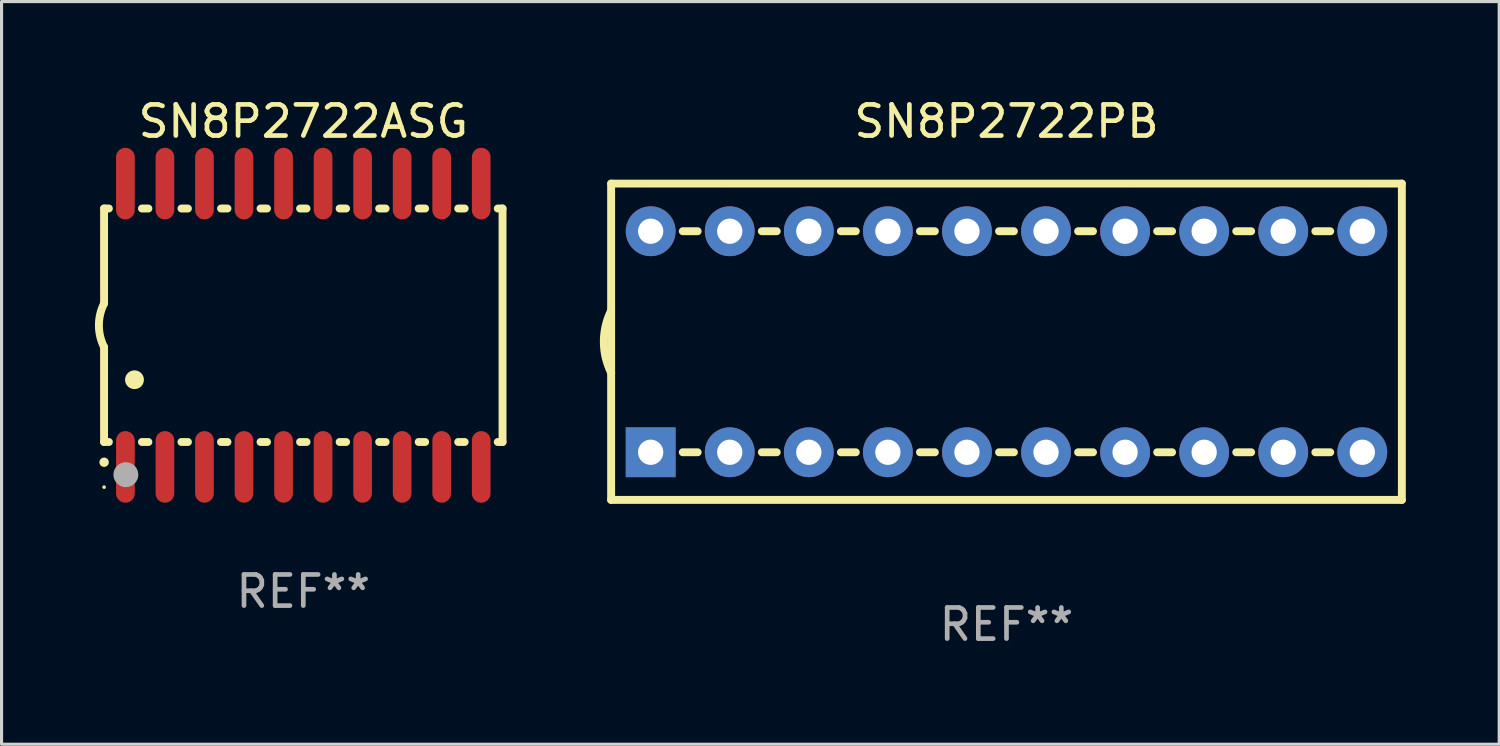
<source format=kicad_pcb>
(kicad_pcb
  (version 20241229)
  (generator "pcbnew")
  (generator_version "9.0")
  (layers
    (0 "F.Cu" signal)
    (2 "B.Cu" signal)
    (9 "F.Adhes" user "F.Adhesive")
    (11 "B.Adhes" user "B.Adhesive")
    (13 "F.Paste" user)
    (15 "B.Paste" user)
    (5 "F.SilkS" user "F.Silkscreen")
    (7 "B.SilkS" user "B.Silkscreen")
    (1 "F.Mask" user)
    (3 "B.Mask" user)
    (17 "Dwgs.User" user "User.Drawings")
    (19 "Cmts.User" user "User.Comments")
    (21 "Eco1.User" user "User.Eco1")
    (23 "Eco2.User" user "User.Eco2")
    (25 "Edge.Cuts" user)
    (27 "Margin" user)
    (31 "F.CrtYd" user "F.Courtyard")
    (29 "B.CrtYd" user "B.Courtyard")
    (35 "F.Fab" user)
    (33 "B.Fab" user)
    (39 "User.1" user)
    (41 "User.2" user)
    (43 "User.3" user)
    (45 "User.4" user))
  (footprint "SN8P2722PB"
    (layer "F.Cu")
    (at 29.281 7.928)
    (property "Reference" "SN8P2722PB" (at 0 -7.08 0) (layer "F.SilkS") (effects (font (size 1 1) (thickness 0.15))))
    (attr through_hole)
    (fp_line (start -12.7 -5.08) (end -12.7 5.08) (stroke (width 0.254) (type solid)) (layer "F.SilkS"))
    (fp_line (start -12.7 5.08) (end 12.7 5.08) (stroke (width 0.254) (type solid)) (layer "F.SilkS"))
    (fp_line (start -10.399 -3.55) (end -9.921 -3.55) (stroke (width 0.254) (type solid)) (layer "F.SilkS"))
    (fp_line (start -10.399 3.55) (end -9.921 3.55) (stroke (width 0.254) (type solid)) (layer "F.SilkS"))
    (fp_line (start -7.859 -3.55) (end -7.381 -3.55) (stroke (width 0.254) (type solid)) (layer "F.SilkS"))
    (fp_line (start -7.859 3.55) (end -7.381 3.55) (stroke (width 0.254) (type solid)) (layer "F.SilkS"))
    (fp_line (start -5.319 -3.55) (end -4.841 -3.55) (stroke (width 0.254) (type solid)) (layer "F.SilkS"))
    (fp_line (start -5.319 3.55) (end -4.841 3.55) (stroke (width 0.254) (type solid)) (layer "F.SilkS"))
    (fp_line (start -2.779 -3.55) (end -2.301 -3.55) (stroke (width 0.254) (type solid)) (layer "F.SilkS"))
    (fp_line (start -2.779 3.55) (end -2.301 3.55) (stroke (width 0.254) (type solid)) (layer "F.SilkS"))
    (fp_line (start -0.239 -3.55) (end 0.239 -3.55) (stroke (width 0.254) (type solid)) (layer "F.SilkS"))
    (fp_line (start -0.239 3.55) (end 0.239 3.55) (stroke (width 0.254) (type solid)) (layer "F.SilkS"))
    (fp_line (start 2.301 -3.55) (end 2.779 -3.55) (stroke (width 0.254) (type solid)) (layer "F.SilkS"))
    (fp_line (start 2.301 3.55) (end 2.779 3.55) (stroke (width 0.254) (type solid)) (layer "F.SilkS"))
    (fp_line (start 4.841 -3.55) (end 5.319 -3.55) (stroke (width 0.254) (type solid)) (layer "F.SilkS"))
    (fp_line (start 4.841 3.55) (end 5.319 3.55) (stroke (width 0.254) (type solid)) (layer "F.SilkS"))
    (fp_line (start 7.381 -3.55) (end 7.859 -3.55) (stroke (width 0.254) (type solid)) (layer "F.SilkS"))
    (fp_line (start 7.381 3.55) (end 7.859 3.55) (stroke (width 0.254) (type solid)) (layer "F.SilkS"))
    (fp_line (start 9.921 -3.55) (end 10.399 -3.55) (stroke (width 0.254) (type solid)) (layer "F.SilkS"))
    (fp_line (start 9.921 3.55) (end 10.399 3.55) (stroke (width 0.254) (type solid)) (layer "F.SilkS"))
    (fp_line (start 12.7 -5.08) (end -12.7 -5.08) (stroke (width 0.254) (type solid)) (layer "F.SilkS"))
    (fp_line (start 12.7 5.08) (end 12.7 -5.08) (stroke (width 0.254) (type solid)) (layer "F.SilkS"))
    (fp_arc (start -12.697638 0.999974) (mid -12.934513 0.000281) (end -12.700025 -0.999975) (stroke (width 0.254001) (type solid)) (layer "F.SilkS"))
    (fp_circle (center -12.7 5.08) (end -12.67 5.08) (stroke (width 0.06) (type solid)) (fill no) (layer "F.SilkS"))
    (fp_text user "REF**" (at 0 9.08 0) (layer "F.Fab") (effects (font (size 1 1) (thickness 0.15))))
    (pad "1" thru_hole rect (at -11.43 3.55) (size 1.6 1.6) (drill 0.813) (layers "*.Cu" "*.Mask"))
    (pad "2" thru_hole circle (at -8.89 3.55) (size 1.6 1.6) (drill 0.813) (layers "*.Cu" "*.Mask"))
    (pad "3" thru_hole circle (at -6.35 3.55) (size 1.6 1.6) (drill 0.813) (layers "*.Cu" "*.Mask"))
    (pad "4" thru_hole circle (at -3.81 3.55) (size 1.6 1.6) (drill 0.813) (layers "*.Cu" "*.Mask"))
    (pad "5" thru_hole circle (at -1.27 3.55) (size 1.6 1.6) (drill 0.813) (layers "*.Cu" "*.Mask"))
    (pad "6" thru_hole circle (at 1.27 3.55) (size 1.6 1.6) (drill 0.813) (layers "*.Cu" "*.Mask"))
    (pad "7" thru_hole circle (at 3.81 3.55) (size 1.6 1.6) (drill 0.813) (layers "*.Cu" "*.Mask"))
    (pad "8" thru_hole circle (at 6.35 3.55) (size 1.6 1.6) (drill 0.813) (layers "*.Cu" "*.Mask"))
    (pad "9" thru_hole circle (at 8.89 3.55) (size 1.6 1.6) (drill 0.813) (layers "*.Cu" "*.Mask"))
    (pad "10" thru_hole circle (at 11.43 3.55) (size 1.6 1.6) (drill 0.813) (layers "*.Cu" "*.Mask"))
    (pad "11" thru_hole circle (at 11.43 -3.55) (size 1.6 1.6) (drill 0.813) (layers "*.Cu" "*.Mask"))
    (pad "12" thru_hole circle (at 8.89 -3.55) (size 1.6 1.6) (drill 0.813) (layers "*.Cu" "*.Mask"))
    (pad "13" thru_hole circle (at 6.35 -3.55) (size 1.6 1.6) (drill 0.813) (layers "*.Cu" "*.Mask"))
    (pad "14" thru_hole circle (at 3.81 -3.55) (size 1.6 1.6) (drill 0.813) (layers "*.Cu" "*.Mask"))
    (pad "15" thru_hole circle (at 1.27 -3.55) (size 1.6 1.6) (drill 0.813) (layers "*.Cu" "*.Mask"))
    (pad "16" thru_hole circle (at -1.27 -3.55) (size 1.6 1.6) (drill 0.813) (layers "*.Cu" "*.Mask"))
    (pad "17" thru_hole circle (at -3.81 -3.55) (size 1.6 1.6) (drill 0.813) (layers "*.Cu" "*.Mask"))
    (pad "18" thru_hole circle (at -6.35 -3.55) (size 1.6 1.6) (drill 0.813) (layers "*.Cu" "*.Mask"))
    (pad "19" thru_hole circle (at -8.89 -3.55) (size 1.6 1.6) (drill 0.813) (layers "*.Cu" "*.Mask"))
    (pad "20" thru_hole circle (at -11.43 -3.55) (size 1.6 1.6) (drill 0.813) (layers "*.Cu" "*.Mask")))
  (footprint "SN8P2722ASG"
    (layer "F.Cu")
    (at 6.693 7.398)
    (property "Reference" "SN8P2722ASG" (at 0 -6.55 0) (layer "F.SilkS") (effects (font (size 1 1) (thickness 0.15))))
    (attr through_hole)
    (fp_line (start -6.4 -3.75) (end -6.4 -0.7) (stroke (width 0.254) (type solid)) (layer "F.SilkS"))
    (fp_line (start -6.4 -3.75) (end -6.246 -3.75) (stroke (width 0.254) (type solid)) (layer "F.SilkS"))
    (fp_line (start -6.4 3.75) (end -6.4 0.7) (stroke (width 0.254) (type solid)) (layer "F.SilkS"))
    (fp_line (start -6.246 3.75) (end -6.4 3.75) (stroke (width 0.254) (type solid)) (layer "F.SilkS"))
    (fp_line (start -5.184 -3.75) (end -4.976 -3.75) (stroke (width 0.254) (type solid)) (layer "F.SilkS"))
    (fp_line (start -4.976 3.75) (end -5.184 3.75) (stroke (width 0.254) (type solid)) (layer "F.SilkS"))
    (fp_line (start -3.914 -3.75) (end -3.706 -3.75) (stroke (width 0.254) (type solid)) (layer "F.SilkS"))
    (fp_line (start -3.706 3.75) (end -3.914 3.75) (stroke (width 0.254) (type solid)) (layer "F.SilkS"))
    (fp_line (start -2.644 -3.75) (end -2.436 -3.75) (stroke (width 0.254) (type solid)) (layer "F.SilkS"))
    (fp_line (start -2.436 3.75) (end -2.644 3.75) (stroke (width 0.254) (type solid)) (layer "F.SilkS"))
    (fp_line (start -1.374 -3.75) (end -1.166 -3.75) (stroke (width 0.254) (type solid)) (layer "F.SilkS"))
    (fp_line (start -1.166 3.75) (end -1.374 3.75) (stroke (width 0.254) (type solid)) (layer "F.SilkS"))
    (fp_line (start -0.104 -3.75) (end 0.104 -3.75) (stroke (width 0.254) (type solid)) (layer "F.SilkS"))
    (fp_line (start 0.104 3.75) (end -0.104 3.75) (stroke (width 0.254) (type solid)) (layer "F.SilkS"))
    (fp_line (start 1.166 -3.75) (end 1.374 -3.75) (stroke (width 0.254) (type solid)) (layer "F.SilkS"))
    (fp_line (start 1.374 3.75) (end 1.166 3.75) (stroke (width 0.254) (type solid)) (layer "F.SilkS"))
    (fp_line (start 2.436 -3.75) (end 2.644 -3.75) (stroke (width 0.254) (type solid)) (layer "F.SilkS"))
    (fp_line (start 2.644 3.75) (end 2.436 3.75) (stroke (width 0.254) (type solid)) (layer "F.SilkS"))
    (fp_line (start 3.706 -3.75) (end 3.914 -3.75) (stroke (width 0.254) (type solid)) (layer "F.SilkS"))
    (fp_line (start 3.914 3.75) (end 3.706 3.75) (stroke (width 0.254) (type solid)) (layer "F.SilkS"))
    (fp_line (start 4.976 -3.75) (end 5.184 -3.75) (stroke (width 0.254) (type solid)) (layer "F.SilkS"))
    (fp_line (start 5.184 3.75) (end 4.976 3.75) (stroke (width 0.254) (type solid)) (layer "F.SilkS"))
    (fp_line (start 6.246 -3.75) (end 6.4 -3.75) (stroke (width 0.254) (type solid)) (layer "F.SilkS"))
    (fp_line (start 6.4 -3.75) (end 6.4 3.75) (stroke (width 0.254) (type solid)) (layer "F.SilkS"))
    (fp_line (start 6.4 3.75) (end 6.246 3.75) (stroke (width 0.254) (type solid)) (layer "F.SilkS"))
    (fp_arc (start -6.400812 0.701041) (mid -6.565912 0.000428) (end -6.400025 -0.7) (stroke (width 0.254001) (type solid)) (layer "F.SilkS"))
    (fp_arc (start -6.400025 4.4) (mid -6.398755 4.399995) (end -6.397485 4.4) (stroke (width 0.3) (type solid)) (layer "F.SilkS"))
    (fp_arc (start -5.425451 1.750064) (mid -5.422911 1.750053) (end -5.420371 1.750064) (stroke (width 0.6) (type solid)) (layer "F.SilkS"))
    (fp_circle (center -6.4 5.2) (end -6.37 5.2) (stroke (width 0.06) (type solid)) (fill no) (layer "F.SilkS"))
    (fp_circle (center -5.7 4.8) (end -5.5 4.8) (stroke (width 0.4) (type solid)) (fill no) (layer "F.Fab"))
    (fp_text user "REF**" (at 0 8.55 0) (layer "F.Fab") (effects (font (size 1 1) (thickness 0.15))))
    (pad "1" smd oval (at -5.715 4.55 180) (size 0.6 2.3) (layers "F.Cu" "F.Mask" "F.Paste"))
    (pad "2" smd oval (at -4.445 4.55 180) (size 0.6 2.3) (layers "F.Cu" "F.Mask" "F.Paste"))
    (pad "3" smd oval (at -3.175 4.55 180) (size 0.6 2.3) (layers "F.Cu" "F.Mask" "F.Paste"))
    (pad "4" smd oval (at -1.905 4.55 180) (size 0.6 2.3) (layers "F.Cu" "F.Mask" "F.Paste"))
    (pad "5" smd oval (at -0.635 4.55 180) (size 0.6 2.3) (layers "F.Cu" "F.Mask" "F.Paste"))
    (pad "6" smd oval (at 0.635 4.55 180) (size 0.6 2.3) (layers "F.Cu" "F.Mask" "F.Paste"))
    (pad "7" smd oval (at 1.905 4.55 180) (size 0.6 2.3) (layers "F.Cu" "F.Mask" "F.Paste"))
    (pad "8" smd oval (at 3.175 4.55 180) (size 0.6 2.3) (layers "F.Cu" "F.Mask" "F.Paste"))
    (pad "9" smd oval (at 4.445 4.55 180) (size 0.6 2.3) (layers "F.Cu" "F.Mask" "F.Paste"))
    (pad "10" smd oval (at 5.715 4.55 180) (size 0.6 2.3) (layers "F.Cu" "F.Mask" "F.Paste"))
    (pad "11" smd oval (at 5.715 -4.55 180) (size 0.6 2.3) (layers "F.Cu" "F.Mask" "F.Paste"))
    (pad "12" smd oval (at 4.445 -4.55 180) (size 0.6 2.3) (layers "F.Cu" "F.Mask" "F.Paste"))
    (pad "13" smd oval (at 3.175 -4.55 180) (size 0.6 2.3) (layers "F.Cu" "F.Mask" "F.Paste"))
    (pad "14" smd oval (at 1.905 -4.55 180) (size 0.6 2.3) (layers "F.Cu" "F.Mask" "F.Paste"))
    (pad "15" smd oval (at 0.635 -4.55 180) (size 0.6 2.3) (layers "F.Cu" "F.Mask" "F.Paste"))
    (pad "16" smd oval (at -0.635 -4.55 180) (size 0.6 2.3) (layers "F.Cu" "F.Mask" "F.Paste"))
    (pad "17" smd oval (at -1.905 -4.55 180) (size 0.6 2.3) (layers "F.Cu" "F.Mask" "F.Paste"))
    (pad "18" smd oval (at -3.175 -4.55 180) (size 0.6 2.3) (layers "F.Cu" "F.Mask" "F.Paste"))
    (pad "19" smd oval (at -4.445 -4.55 180) (size 0.6 2.3) (layers "F.Cu" "F.Mask" "F.Paste"))
    (pad "20" smd oval (at -5.715 -4.55 180) (size 0.6 2.3) (layers "F.Cu" "F.Mask" "F.Paste")))
  (gr_rect
    (start -3 -3)
    (end 45.108 20.857)
    (stroke (width 0.1) (type default))
    (fill no)
    (layer "Edge.Cuts")))
</source>
